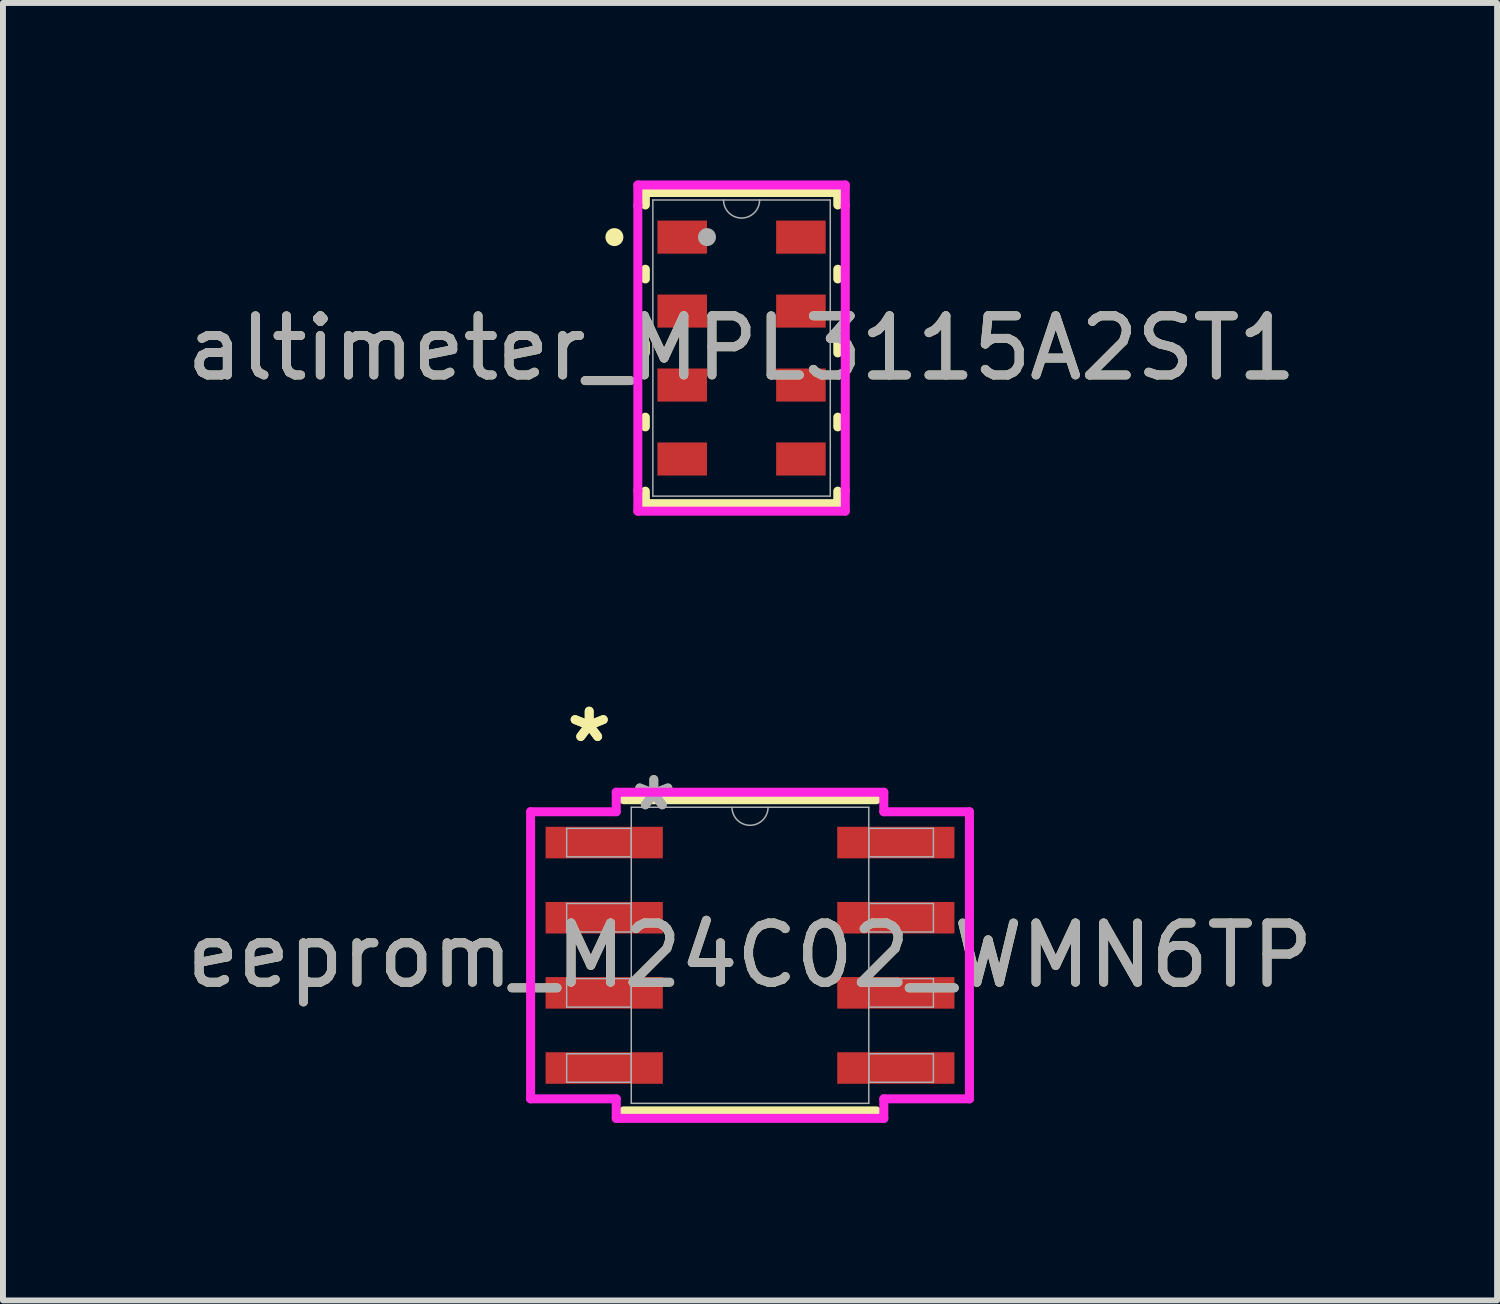
<source format=kicad_pcb>
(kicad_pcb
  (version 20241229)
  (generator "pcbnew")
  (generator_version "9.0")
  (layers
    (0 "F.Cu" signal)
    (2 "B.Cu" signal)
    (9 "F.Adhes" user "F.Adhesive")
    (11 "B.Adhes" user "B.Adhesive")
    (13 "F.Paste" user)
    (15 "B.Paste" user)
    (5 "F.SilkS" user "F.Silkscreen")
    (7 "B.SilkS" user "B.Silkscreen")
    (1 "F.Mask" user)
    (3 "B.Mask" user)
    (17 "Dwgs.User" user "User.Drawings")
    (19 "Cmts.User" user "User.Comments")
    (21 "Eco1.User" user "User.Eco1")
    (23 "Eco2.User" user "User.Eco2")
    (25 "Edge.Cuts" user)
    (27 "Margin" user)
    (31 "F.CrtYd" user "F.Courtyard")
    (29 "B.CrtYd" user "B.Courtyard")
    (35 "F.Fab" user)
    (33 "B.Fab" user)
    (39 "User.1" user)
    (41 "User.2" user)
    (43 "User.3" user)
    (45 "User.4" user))
  (footprint "altimeter_MPL3115A2ST1"
    (layer "F.Cu")
    (at 9.482 2.832)
    (property "Reference" "altimeter_MPL3115A2ST1" (at 0 0 0) (unlocked yes) (layer "F.SilkS") (effects (font (size 1 1) (thickness 0.15))))
    (attr smd)
    (fp_line (start -1.626 -2.629) (end -1.626 -2.418) (stroke (width 0.152) (type solid)) (layer "F.SilkS"))
    (fp_line (start -1.626 -1.332) (end -1.626 -1.168) (stroke (width 0.152) (type solid)) (layer "F.SilkS"))
    (fp_line (start -1.626 -0.082) (end -1.626 0.082) (stroke (width 0.152) (type solid)) (layer "F.SilkS"))
    (fp_line (start -1.626 1.168) (end -1.626 1.332) (stroke (width 0.152) (type solid)) (layer "F.SilkS"))
    (fp_line (start -1.626 2.418) (end -1.626 2.629) (stroke (width 0.152) (type solid)) (layer "F.SilkS"))
    (fp_line (start -1.626 2.629) (end 1.626 2.629) (stroke (width 0.152) (type solid)) (layer "F.SilkS"))
    (fp_line (start 1.626 -2.629) (end -1.626 -2.629) (stroke (width 0.152) (type solid)) (layer "F.SilkS"))
    (fp_line (start 1.626 -2.418) (end 1.626 -2.629) (stroke (width 0.152) (type solid)) (layer "F.SilkS"))
    (fp_line (start 1.626 -1.168) (end 1.626 -1.332) (stroke (width 0.152) (type solid)) (layer "F.SilkS"))
    (fp_line (start 1.626 0.082) (end 1.626 -0.082) (stroke (width 0.152) (type solid)) (layer "F.SilkS"))
    (fp_line (start 1.626 1.332) (end 1.626 1.168) (stroke (width 0.152) (type solid)) (layer "F.SilkS"))
    (fp_line (start 1.626 2.629) (end 1.626 2.418) (stroke (width 0.152) (type solid)) (layer "F.SilkS"))
    (fp_circle (center -2.149 -1.875) (end -2.073 -1.875) (stroke (width 0.152) (type solid)) (fill no) (layer "F.SilkS"))
    (fp_line (start -1.753 -2.756) (end 1.753 -2.756) (stroke (width 0.152) (type solid)) (layer "F.CrtYd"))
    (fp_line (start -1.753 -2.408) (end -1.753 -2.756) (stroke (width 0.152) (type solid)) (layer "F.CrtYd"))
    (fp_line (start -1.753 -2.408) (end -1.753 -2.408) (stroke (width 0.152) (type solid)) (layer "F.CrtYd"))
    (fp_line (start -1.753 2.408) (end -1.753 -2.408) (stroke (width 0.152) (type solid)) (layer "F.CrtYd"))
    (fp_line (start -1.753 2.408) (end -1.753 2.408) (stroke (width 0.152) (type solid)) (layer "F.CrtYd"))
    (fp_line (start -1.753 2.756) (end -1.753 2.408) (stroke (width 0.152) (type solid)) (layer "F.CrtYd"))
    (fp_line (start 1.753 -2.756) (end 1.753 -2.408) (stroke (width 0.152) (type solid)) (layer "F.CrtYd"))
    (fp_line (start 1.753 -2.408) (end 1.753 -2.408) (stroke (width 0.152) (type solid)) (layer "F.CrtYd"))
    (fp_line (start 1.753 -2.408) (end 1.753 2.408) (stroke (width 0.152) (type solid)) (layer "F.CrtYd"))
    (fp_line (start 1.753 2.408) (end 1.753 2.408) (stroke (width 0.152) (type solid)) (layer "F.CrtYd"))
    (fp_line (start 1.753 2.408) (end 1.753 2.756) (stroke (width 0.152) (type solid)) (layer "F.CrtYd"))
    (fp_line (start 1.753 2.756) (end -1.753 2.756) (stroke (width 0.152) (type solid)) (layer "F.CrtYd"))
    (fp_line (start -1.499 -2.502) (end -1.499 2.502) (stroke (width 0.025) (type solid)) (layer "F.Fab"))
    (fp_line (start -1.499 2.502) (end 1.499 2.502) (stroke (width 0.025) (type solid)) (layer "F.Fab"))
    (fp_line (start 1.499 -2.502) (end -1.499 -2.502) (stroke (width 0.025) (type solid)) (layer "F.Fab"))
    (fp_line (start 1.499 2.502) (end 1.499 -2.502) (stroke (width 0.025) (type solid)) (layer "F.Fab"))
    (fp_arc (start 0.3048 -2.5019) (mid 0 -2.1971) (end -0.3048 -2.5019) (stroke (width 0.0254) (type solid)) (layer "F.Fab"))
    (fp_circle (center -0.584 -1.875) (end -0.584 -1.875) (stroke (width 0.152) (type solid)) (fill no) (layer "F.Fab"))
    (fp_text user "${REFERENCE}" (at 0 0 0) (unlocked yes) (layer "F.Fab") (effects (font (size 1 1) (thickness 0.15))))
    (pad "1" smd rect (at -1.003 -1.875) (size 0.838 0.559) (layers "F.Cu" "F.Mask" "F.Paste"))
    (pad "2" smd rect (at -1.003 -0.625) (size 0.838 0.559) (layers "F.Cu" "F.Mask" "F.Paste"))
    (pad "3" smd rect (at -1.003 0.625) (size 0.838 0.559) (layers "F.Cu" "F.Mask" "F.Paste"))
    (pad "4" smd rect (at -1.003 1.875) (size 0.838 0.559) (layers "F.Cu" "F.Mask" "F.Paste"))
    (pad "5" smd rect (at 1.003 1.875) (size 0.838 0.559) (layers "F.Cu" "F.Mask" "F.Paste"))
    (pad "6" smd rect (at 1.003 0.625) (size 0.838 0.559) (layers "F.Cu" "F.Mask" "F.Paste"))
    (pad "7" smd rect (at 1.003 -0.625) (size 0.838 0.559) (layers "F.Cu" "F.Mask" "F.Paste"))
    (pad "8" smd rect (at 1.003 -1.875) (size 0.838 0.559) (layers "F.Cu" "F.Mask" "F.Paste")))
  (footprint "eeprom_M24C02_WMN6TP"
    (layer "F.Cu")
    (at 9.625 13.094)
    (property "Reference" "eeprom_M24C02_WMN6TP" (at 0 0 0) (unlocked yes) (layer "F.SilkS") (effects (font (size 1 1) (thickness 0.15))))
    (attr smd)
    (fp_line (start -2.134 2.629) (end 2.134 2.629) (stroke (width 0.152) (type solid)) (layer "F.SilkS"))
    (fp_line (start 2.134 -2.629) (end -2.134 -2.629) (stroke (width 0.152) (type solid)) (layer "F.SilkS"))
    (fp_line (start -3.708 -2.426) (end -2.261 -2.426) (stroke (width 0.152) (type solid)) (layer "F.CrtYd"))
    (fp_line (start -3.708 2.426) (end -3.708 -2.426) (stroke (width 0.152) (type solid)) (layer "F.CrtYd"))
    (fp_line (start -3.708 2.426) (end -2.261 2.426) (stroke (width 0.152) (type solid)) (layer "F.CrtYd"))
    (fp_line (start -2.261 -2.756) (end 2.261 -2.756) (stroke (width 0.152) (type solid)) (layer "F.CrtYd"))
    (fp_line (start -2.261 -2.426) (end -2.261 -2.756) (stroke (width 0.152) (type solid)) (layer "F.CrtYd"))
    (fp_line (start -2.261 2.756) (end -2.261 2.426) (stroke (width 0.152) (type solid)) (layer "F.CrtYd"))
    (fp_line (start 2.261 -2.756) (end 2.261 -2.426) (stroke (width 0.152) (type solid)) (layer "F.CrtYd"))
    (fp_line (start 2.261 2.426) (end 2.261 2.756) (stroke (width 0.152) (type solid)) (layer "F.CrtYd"))
    (fp_line (start 2.261 2.756) (end -2.261 2.756) (stroke (width 0.152) (type solid)) (layer "F.CrtYd"))
    (fp_line (start 3.708 -2.426) (end 2.261 -2.426) (stroke (width 0.152) (type solid)) (layer "F.CrtYd"))
    (fp_line (start 3.708 -2.426) (end 3.708 2.426) (stroke (width 0.152) (type solid)) (layer "F.CrtYd"))
    (fp_line (start 3.708 2.426) (end 2.261 2.426) (stroke (width 0.152) (type solid)) (layer "F.CrtYd"))
    (fp_line (start -3.099 -2.146) (end -3.099 -1.664) (stroke (width 0.025) (type solid)) (layer "F.Fab"))
    (fp_line (start -3.099 -1.664) (end -2.007 -1.664) (stroke (width 0.025) (type solid)) (layer "F.Fab"))
    (fp_line (start -3.099 -0.876) (end -3.099 -0.394) (stroke (width 0.025) (type solid)) (layer "F.Fab"))
    (fp_line (start -3.099 -0.394) (end -2.007 -0.394) (stroke (width 0.025) (type solid)) (layer "F.Fab"))
    (fp_line (start -3.099 0.394) (end -3.099 0.876) (stroke (width 0.025) (type solid)) (layer "F.Fab"))
    (fp_line (start -3.099 0.876) (end -2.007 0.876) (stroke (width 0.025) (type solid)) (layer "F.Fab"))
    (fp_line (start -3.099 1.664) (end -3.099 2.146) (stroke (width 0.025) (type solid)) (layer "F.Fab"))
    (fp_line (start -3.099 2.146) (end -2.007 2.146) (stroke (width 0.025) (type solid)) (layer "F.Fab"))
    (fp_line (start -2.007 -2.502) (end -2.007 2.502) (stroke (width 0.025) (type solid)) (layer "F.Fab"))
    (fp_line (start -2.007 -2.146) (end -3.099 -2.146) (stroke (width 0.025) (type solid)) (layer "F.Fab"))
    (fp_line (start -2.007 -1.664) (end -2.007 -2.146) (stroke (width 0.025) (type solid)) (layer "F.Fab"))
    (fp_line (start -2.007 -0.876) (end -3.099 -0.876) (stroke (width 0.025) (type solid)) (layer "F.Fab"))
    (fp_line (start -2.007 -0.394) (end -2.007 -0.876) (stroke (width 0.025) (type solid)) (layer "F.Fab"))
    (fp_line (start -2.007 0.394) (end -3.099 0.394) (stroke (width 0.025) (type solid)) (layer "F.Fab"))
    (fp_line (start -2.007 0.876) (end -2.007 0.394) (stroke (width 0.025) (type solid)) (layer "F.Fab"))
    (fp_line (start -2.007 1.664) (end -3.099 1.664) (stroke (width 0.025) (type solid)) (layer "F.Fab"))
    (fp_line (start -2.007 2.146) (end -2.007 1.664) (stroke (width 0.025) (type solid)) (layer "F.Fab"))
    (fp_line (start -2.007 2.502) (end 2.007 2.502) (stroke (width 0.025) (type solid)) (layer "F.Fab"))
    (fp_line (start 2.007 -2.502) (end -2.007 -2.502) (stroke (width 0.025) (type solid)) (layer "F.Fab"))
    (fp_line (start 2.007 -2.146) (end 2.007 -1.664) (stroke (width 0.025) (type solid)) (layer "F.Fab"))
    (fp_line (start 2.007 -1.664) (end 3.099 -1.664) (stroke (width 0.025) (type solid)) (layer "F.Fab"))
    (fp_line (start 2.007 -0.876) (end 2.007 -0.394) (stroke (width 0.025) (type solid)) (layer "F.Fab"))
    (fp_line (start 2.007 -0.394) (end 3.099 -0.394) (stroke (width 0.025) (type solid)) (layer "F.Fab"))
    (fp_line (start 2.007 0.394) (end 2.007 0.876) (stroke (width 0.025) (type solid)) (layer "F.Fab"))
    (fp_line (start 2.007 0.876) (end 3.099 0.876) (stroke (width 0.025) (type solid)) (layer "F.Fab"))
    (fp_line (start 2.007 1.664) (end 2.007 2.146) (stroke (width 0.025) (type solid)) (layer "F.Fab"))
    (fp_line (start 2.007 2.146) (end 3.099 2.146) (stroke (width 0.025) (type solid)) (layer "F.Fab"))
    (fp_line (start 2.007 2.502) (end 2.007 -2.502) (stroke (width 0.025) (type solid)) (layer "F.Fab"))
    (fp_line (start 3.099 -2.146) (end 2.007 -2.146) (stroke (width 0.025) (type solid)) (layer "F.Fab"))
    (fp_line (start 3.099 -1.664) (end 3.099 -2.146) (stroke (width 0.025) (type solid)) (layer "F.Fab"))
    (fp_line (start 3.099 -0.876) (end 2.007 -0.876) (stroke (width 0.025) (type solid)) (layer "F.Fab"))
    (fp_line (start 3.099 -0.394) (end 3.099 -0.876) (stroke (width 0.025) (type solid)) (layer "F.Fab"))
    (fp_line (start 3.099 0.394) (end 2.007 0.394) (stroke (width 0.025) (type solid)) (layer "F.Fab"))
    (fp_line (start 3.099 0.876) (end 3.099 0.394) (stroke (width 0.025) (type solid)) (layer "F.Fab"))
    (fp_line (start 3.099 1.664) (end 2.007 1.664) (stroke (width 0.025) (type solid)) (layer "F.Fab"))
    (fp_line (start 3.099 2.146) (end 3.099 1.664) (stroke (width 0.025) (type solid)) (layer "F.Fab"))
    (fp_arc (start 0.3048 -2.5019) (mid 0 -2.1971) (end -0.3048 -2.5019) (stroke (width 0.0254) (type solid)) (layer "F.Fab"))
    (fp_text user "*" (at -2.718 -3.581 0) (unlocked yes) (layer "F.SilkS") (effects (font (size 1 1) (thickness 0.15))))
    (fp_text user "*" (at -2.718 -3.581 0) (layer "F.SilkS") (effects (font (size 1 1) (thickness 0.15))))
    (fp_text user "*" (at -1.626 -2.426 0) (unlocked yes) (layer "F.Fab") (effects (font (size 1 1) (thickness 0.15))))
    (fp_text user "${REFERENCE}" (at 0 0 0) (unlocked yes) (layer "F.Fab") (effects (font (size 1 1) (thickness 0.15))))
    (fp_text user "*" (at -1.626 -2.426 0) (layer "F.Fab") (effects (font (size 1 1) (thickness 0.15))))
    (pad "1" smd rect (at -2.464 -1.905) (size 1.981 0.533) (layers "F.Cu" "F.Mask" "F.Paste"))
    (pad "2" smd rect (at -2.464 -0.635) (size 1.981 0.533) (layers "F.Cu" "F.Mask" "F.Paste"))
    (pad "3" smd rect (at -2.464 0.635) (size 1.981 0.533) (layers "F.Cu" "F.Mask" "F.Paste"))
    (pad "4" smd rect (at -2.464 1.905) (size 1.981 0.533) (layers "F.Cu" "F.Mask" "F.Paste"))
    (pad "5" smd rect (at 2.464 1.905) (size 1.981 0.533) (layers "F.Cu" "F.Mask" "F.Paste"))
    (pad "6" smd rect (at 2.464 0.635) (size 1.981 0.533) (layers "F.Cu" "F.Mask" "F.Paste"))
    (pad "7" smd rect (at 2.464 -0.635) (size 1.981 0.533) (layers "F.Cu" "F.Mask" "F.Paste"))
    (pad "8" smd rect (at 2.464 -1.905) (size 1.981 0.533) (layers "F.Cu" "F.Mask" "F.Paste")))
  (gr_rect
    (start -3 -3)
    (end 22.25 18.926)
    (stroke (width 0.1) (type default))
    (fill no)
    (layer "Edge.Cuts")))
</source>
